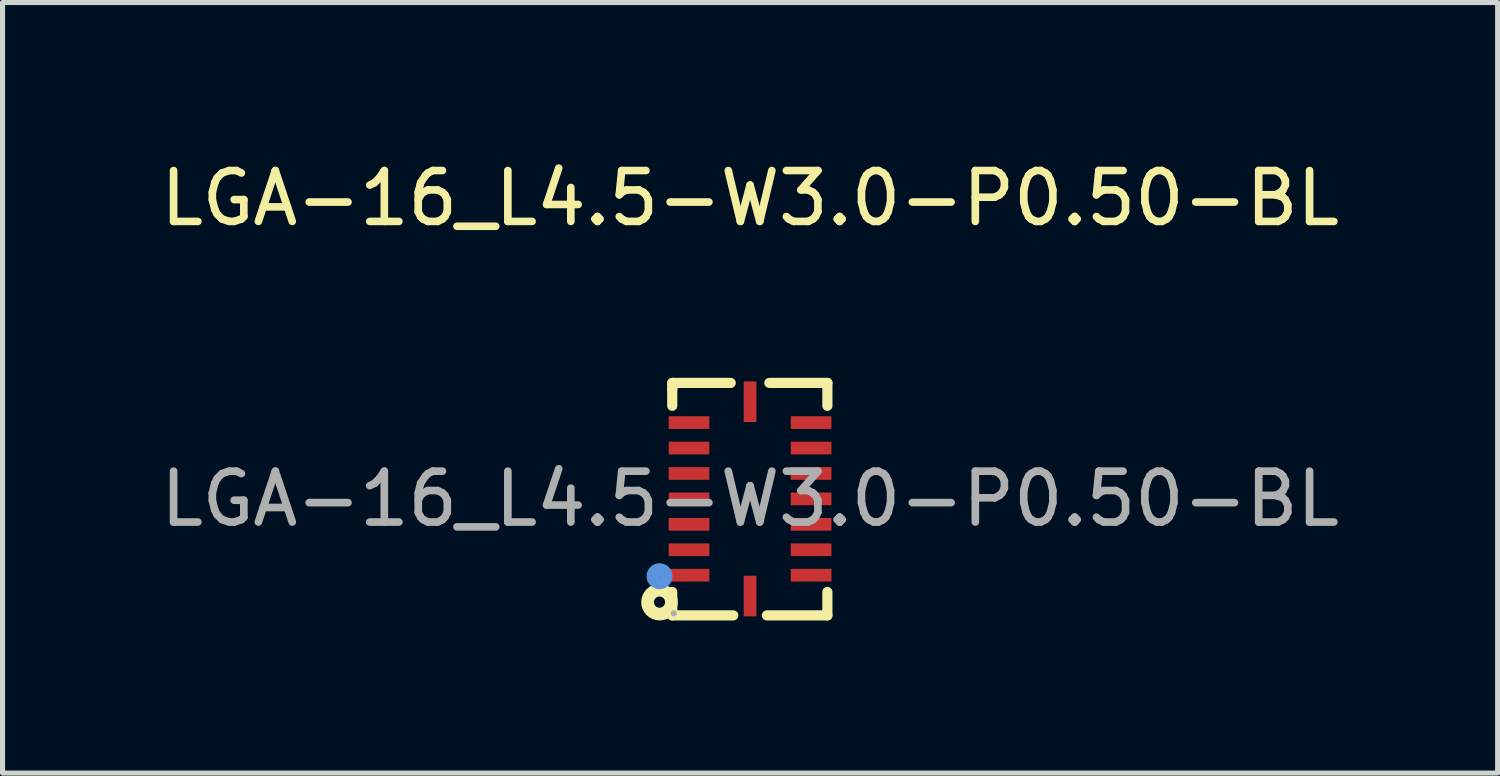
<source format=kicad_pcb>
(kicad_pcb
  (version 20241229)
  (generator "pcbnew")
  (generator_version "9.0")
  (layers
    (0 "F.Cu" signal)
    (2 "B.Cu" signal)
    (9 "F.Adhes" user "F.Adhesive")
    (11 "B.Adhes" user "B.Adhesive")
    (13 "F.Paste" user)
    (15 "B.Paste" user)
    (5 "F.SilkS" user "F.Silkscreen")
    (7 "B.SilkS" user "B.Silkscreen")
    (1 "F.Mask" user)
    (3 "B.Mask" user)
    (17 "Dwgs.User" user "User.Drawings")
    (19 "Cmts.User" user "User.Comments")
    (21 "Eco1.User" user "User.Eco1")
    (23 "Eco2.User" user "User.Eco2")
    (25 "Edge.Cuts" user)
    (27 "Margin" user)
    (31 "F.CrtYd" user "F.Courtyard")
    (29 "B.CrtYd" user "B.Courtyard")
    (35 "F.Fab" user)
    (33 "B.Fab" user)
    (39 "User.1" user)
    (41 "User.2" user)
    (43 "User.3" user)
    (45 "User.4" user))
  (footprint "LGA-16_L4.5-W3.0-P0.50-BL"
    (layer "F.Cu")
    (at 11.696 6.758)
    (property "Reference" "LGA-16_L4.5-W3.0-P0.50-BL" (at 0 -5.91 0) (layer "F.SilkS") (effects (font (size 1 1) (thickness 0.15))))
    (attr smd)
    (fp_line (start -1.53 -2.28) (end -0.38 -2.28) (stroke (width 0.2) (type solid)) (layer "F.SilkS"))
    (fp_line (start -1.53 -2.16) (end -1.53 -2.28) (stroke (width 0.2) (type solid)) (layer "F.SilkS"))
    (fp_line (start -1.53 -1.83) (end -1.53 -2.16) (stroke (width 0.2) (type solid)) (layer "F.SilkS"))
    (fp_line (start -1.53 2.29) (end -1.53 1.83) (stroke (width 0.2) (type solid)) (layer "F.SilkS"))
    (fp_line (start -0.33 2.29) (end -1.53 2.29) (stroke (width 0.2) (type solid)) (layer "F.SilkS"))
    (fp_line (start 0.38 -2.28) (end 1.52 -2.28) (stroke (width 0.2) (type solid)) (layer "F.SilkS"))
    (fp_line (start 1.52 -2.28) (end 1.52 -1.83) (stroke (width 0.2) (type solid)) (layer "F.SilkS"))
    (fp_line (start 1.52 1.83) (end 1.52 2.29) (stroke (width 0.2) (type solid)) (layer "F.SilkS"))
    (fp_line (start 1.52 2.29) (end 0.33 2.29) (stroke (width 0.2) (type solid)) (layer "F.SilkS"))
    (fp_circle (center -1.78 2.03) (end -1.67 2.03) (stroke (width 0.25) (type solid)) (fill no) (layer "F.SilkS"))
    (fp_circle (center -1.78 1.52) (end -1.65 1.52) (stroke (width 0.25) (type solid)) (fill no) (layer "Cmts.User"))
    (fp_circle (center -1.5 2.25) (end -1.47 2.25) (stroke (width 0.06) (type solid)) (fill no) (layer "F.Fab"))
    (fp_text user "${REFERENCE}" (at 0 0 0) (layer "F.Fab") (effects (font (size 1 1) (thickness 0.15))))
    (pad "1" smd rect (at -1.2 1.5 90) (size 0.25 0.8) (layers "F.Cu" "F.Mask" "F.Paste"))
    (pad "2" smd rect (at -1.2 1 90) (size 0.25 0.8) (layers "F.Cu" "F.Mask" "F.Paste"))
    (pad "3" smd rect (at -1.2 0.5 90) (size 0.25 0.8) (layers "F.Cu" "F.Mask" "F.Paste"))
    (pad "4" smd rect (at -1.2 0 90) (size 0.25 0.8) (layers "F.Cu" "F.Mask" "F.Paste"))
    (pad "5" smd rect (at -1.2 -0.5 90) (size 0.25 0.8) (layers "F.Cu" "F.Mask" "F.Paste"))
    (pad "6" smd rect (at -1.2 -1 90) (size 0.25 0.8) (layers "F.Cu" "F.Mask" "F.Paste"))
    (pad "7" smd rect (at -1.2 -1.5 90) (size 0.25 0.8) (layers "F.Cu" "F.Mask" "F.Paste"))
    (pad "8" smd rect (at 0 -1.91 180) (size 0.25 0.8) (layers "F.Cu" "F.Mask" "F.Paste"))
    (pad "9" smd rect (at 1.2 -1.5 270) (size 0.25 0.8) (layers "F.Cu" "F.Mask" "F.Paste"))
    (pad "10" smd rect (at 1.2 -1 270) (size 0.25 0.8) (layers "F.Cu" "F.Mask" "F.Paste"))
    (pad "11" smd rect (at 1.2 -0.5 270) (size 0.25 0.8) (layers "F.Cu" "F.Mask" "F.Paste"))
    (pad "12" smd rect (at 1.2 0 270) (size 0.25 0.8) (layers "F.Cu" "F.Mask" "F.Paste"))
    (pad "13" smd rect (at 1.2 0.5 270) (size 0.25 0.8) (layers "F.Cu" "F.Mask" "F.Paste"))
    (pad "14" smd rect (at 1.2 1 270) (size 0.25 0.8) (layers "F.Cu" "F.Mask" "F.Paste"))
    (pad "15" smd rect (at 1.2 1.5 270) (size 0.25 0.8) (layers "F.Cu" "F.Mask" "F.Paste"))
    (pad "16" smd rect (at 0 1.91) (size 0.25 0.8) (layers "F.Cu" "F.Mask" "F.Paste")))
  (gr_rect
    (start -3 -3)
    (end 26.393 12.148)
    (stroke (width 0.1) (type default))
    (fill no)
    (layer "Edge.Cuts")))
</source>
